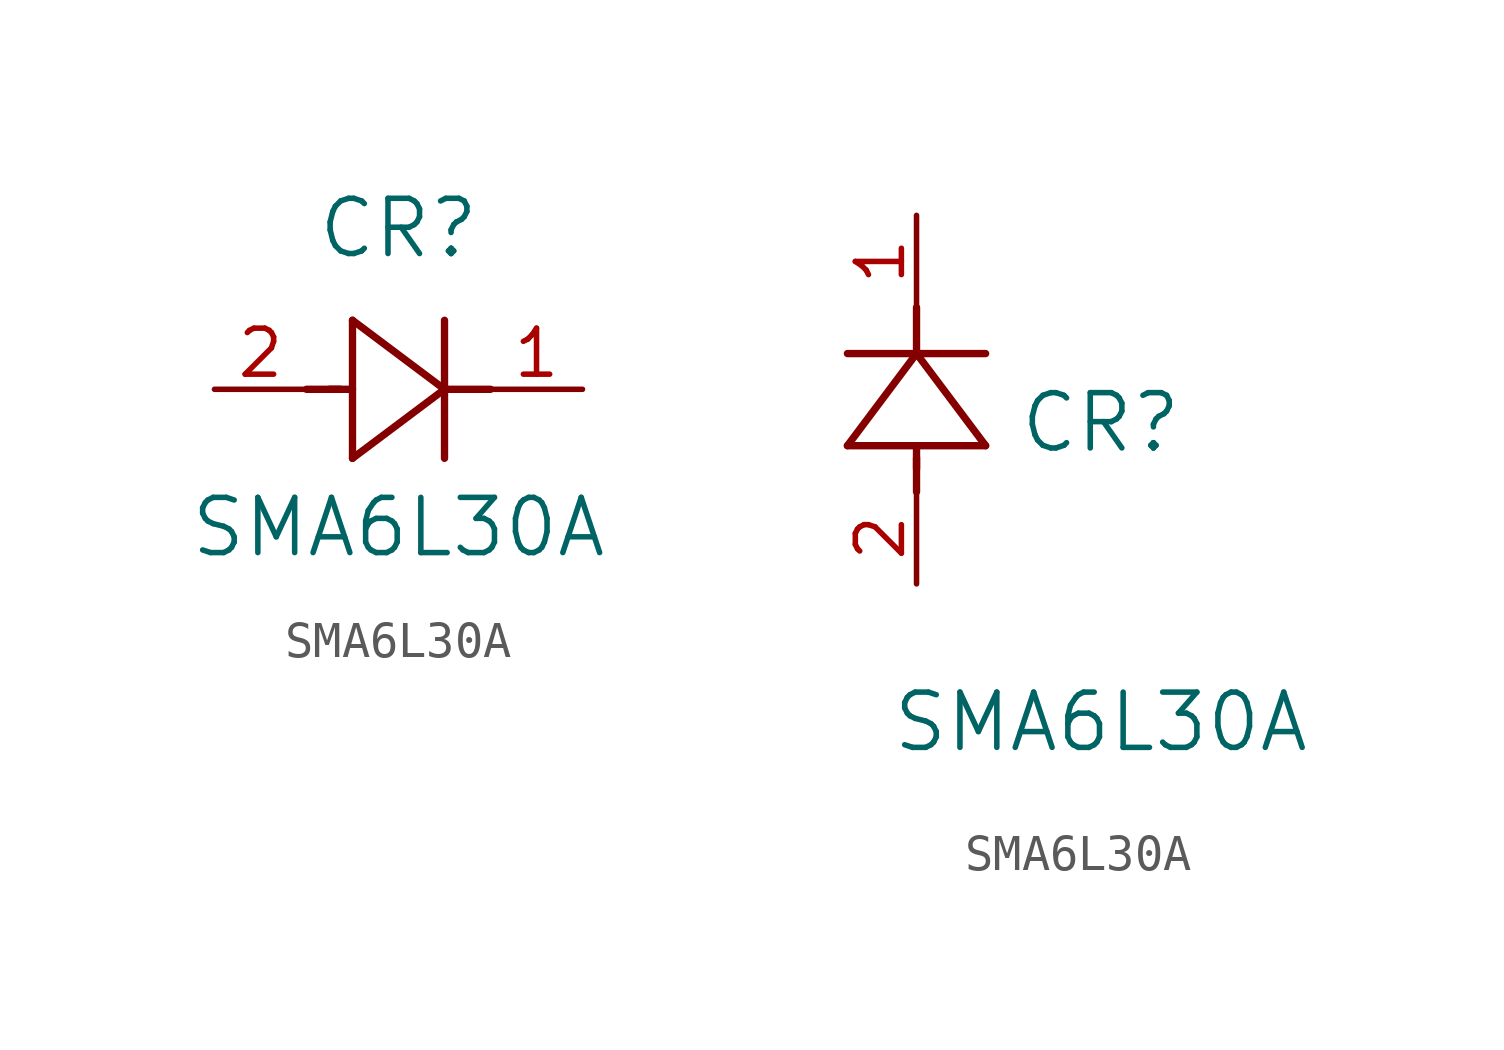
<source format=kicad_sym>
(kicad_symbol_lib
  (version 20211014)
  (generator kicad_symbol_editor)
  (symbol "SMA6L30A"
    (pin_names
      (offset 0.254))
    (property "Reference" "CR"
      (at 5.08 4.445 0)
      (effects (font (size 1.524 1.524))))
    (property "Value" "SMA6L30A"
      (at 5.08 -3.81 0)
      (effects (font (size 1.524 1.524))))
    (symbol "SMA6L30A_1_1"
      (polyline (pts (xy 2.54 0) (xy 3.48 0)) (stroke (width 0.203) (type default) (color 0 0 0 0)) (fill (type none)))
      (polyline (pts (xy 3.81 1.905) (xy 3.81 -1.905)) (stroke (width 0.203) (type default) (color 0 0 0 0)) (fill (type none)))
      (polyline (pts (xy 3.175 0) (xy 3.81 0)) (stroke (width 0.203) (type default) (color 0 0 0 0)) (fill (type none)))
      (polyline (pts (xy 6.35 -1.905) (xy 6.35 1.905)) (stroke (width 0.203) (type default) (color 0 0 0 0)) (fill (type none)))
      (polyline (pts (xy 6.35 0) (xy 7.62 0)) (stroke (width 0.203) (type default) (color 0 0 0 0)) (fill (type none)))
      (polyline (pts (xy 6.35 0) (xy 3.81 1.905)) (stroke (width 0.203) (type default) (color 0 0 0 0)) (fill (type none)))
      (polyline (pts (xy 3.81 -1.905) (xy 6.35 0)) (stroke (width 0.203) (type default) (color 0 0 0 0)) (fill (type none)))
      (pin unspecified line (at 0 0 0) (length 2.54) (name "" (effects (font (size 1.27 1.27)))) (number "2" (effects (font (size 1.27 1.27)))))
      (pin unspecified line (at 10.16 0 180) (length 2.54) (name "" (effects (font (size 1.27 1.27)))) (number "1" (effects (font (size 1.27 1.27))))))
    (symbol "SMA6L30A_1_2"
      (polyline (pts (xy 0 2.54) (xy 0 3.48)) (stroke (width 0.203) (type default) (color 0 0 0 0)) (fill (type none)))
      (polyline (pts (xy -1.905 3.81) (xy 1.905 3.81)) (stroke (width 0.203) (type default) (color 0 0 0 0)) (fill (type none)))
      (polyline (pts (xy 0 3.175) (xy 0 3.81)) (stroke (width 0.203) (type default) (color 0 0 0 0)) (fill (type none)))
      (polyline (pts (xy 1.905 6.35) (xy -1.905 6.35)) (stroke (width 0.203) (type default) (color 0 0 0 0)) (fill (type none)))
      (polyline (pts (xy 0 6.35) (xy 0 7.62)) (stroke (width 0.203) (type default) (color 0 0 0 0)) (fill (type none)))
      (polyline (pts (xy 0 6.35) (xy -1.905 3.81)) (stroke (width 0.203) (type default) (color 0 0 0 0)) (fill (type none)))
      (polyline (pts (xy 1.905 3.81) (xy 0 6.35)) (stroke (width 0.203) (type default) (color 0 0 0 0)) (fill (type none)))
      (pin unspecified line (at 0 0 90) (length 2.54) (name "" (effects (font (size 1.27 1.27)))) (number "2" (effects (font (size 1.27 1.27)))))
      (pin unspecified line (at 0 10.16 270) (length 2.54) (name "" (effects (font (size 1.27 1.27)))) (number "1" (effects (font (size 1.27 1.27))))))))
</source>
